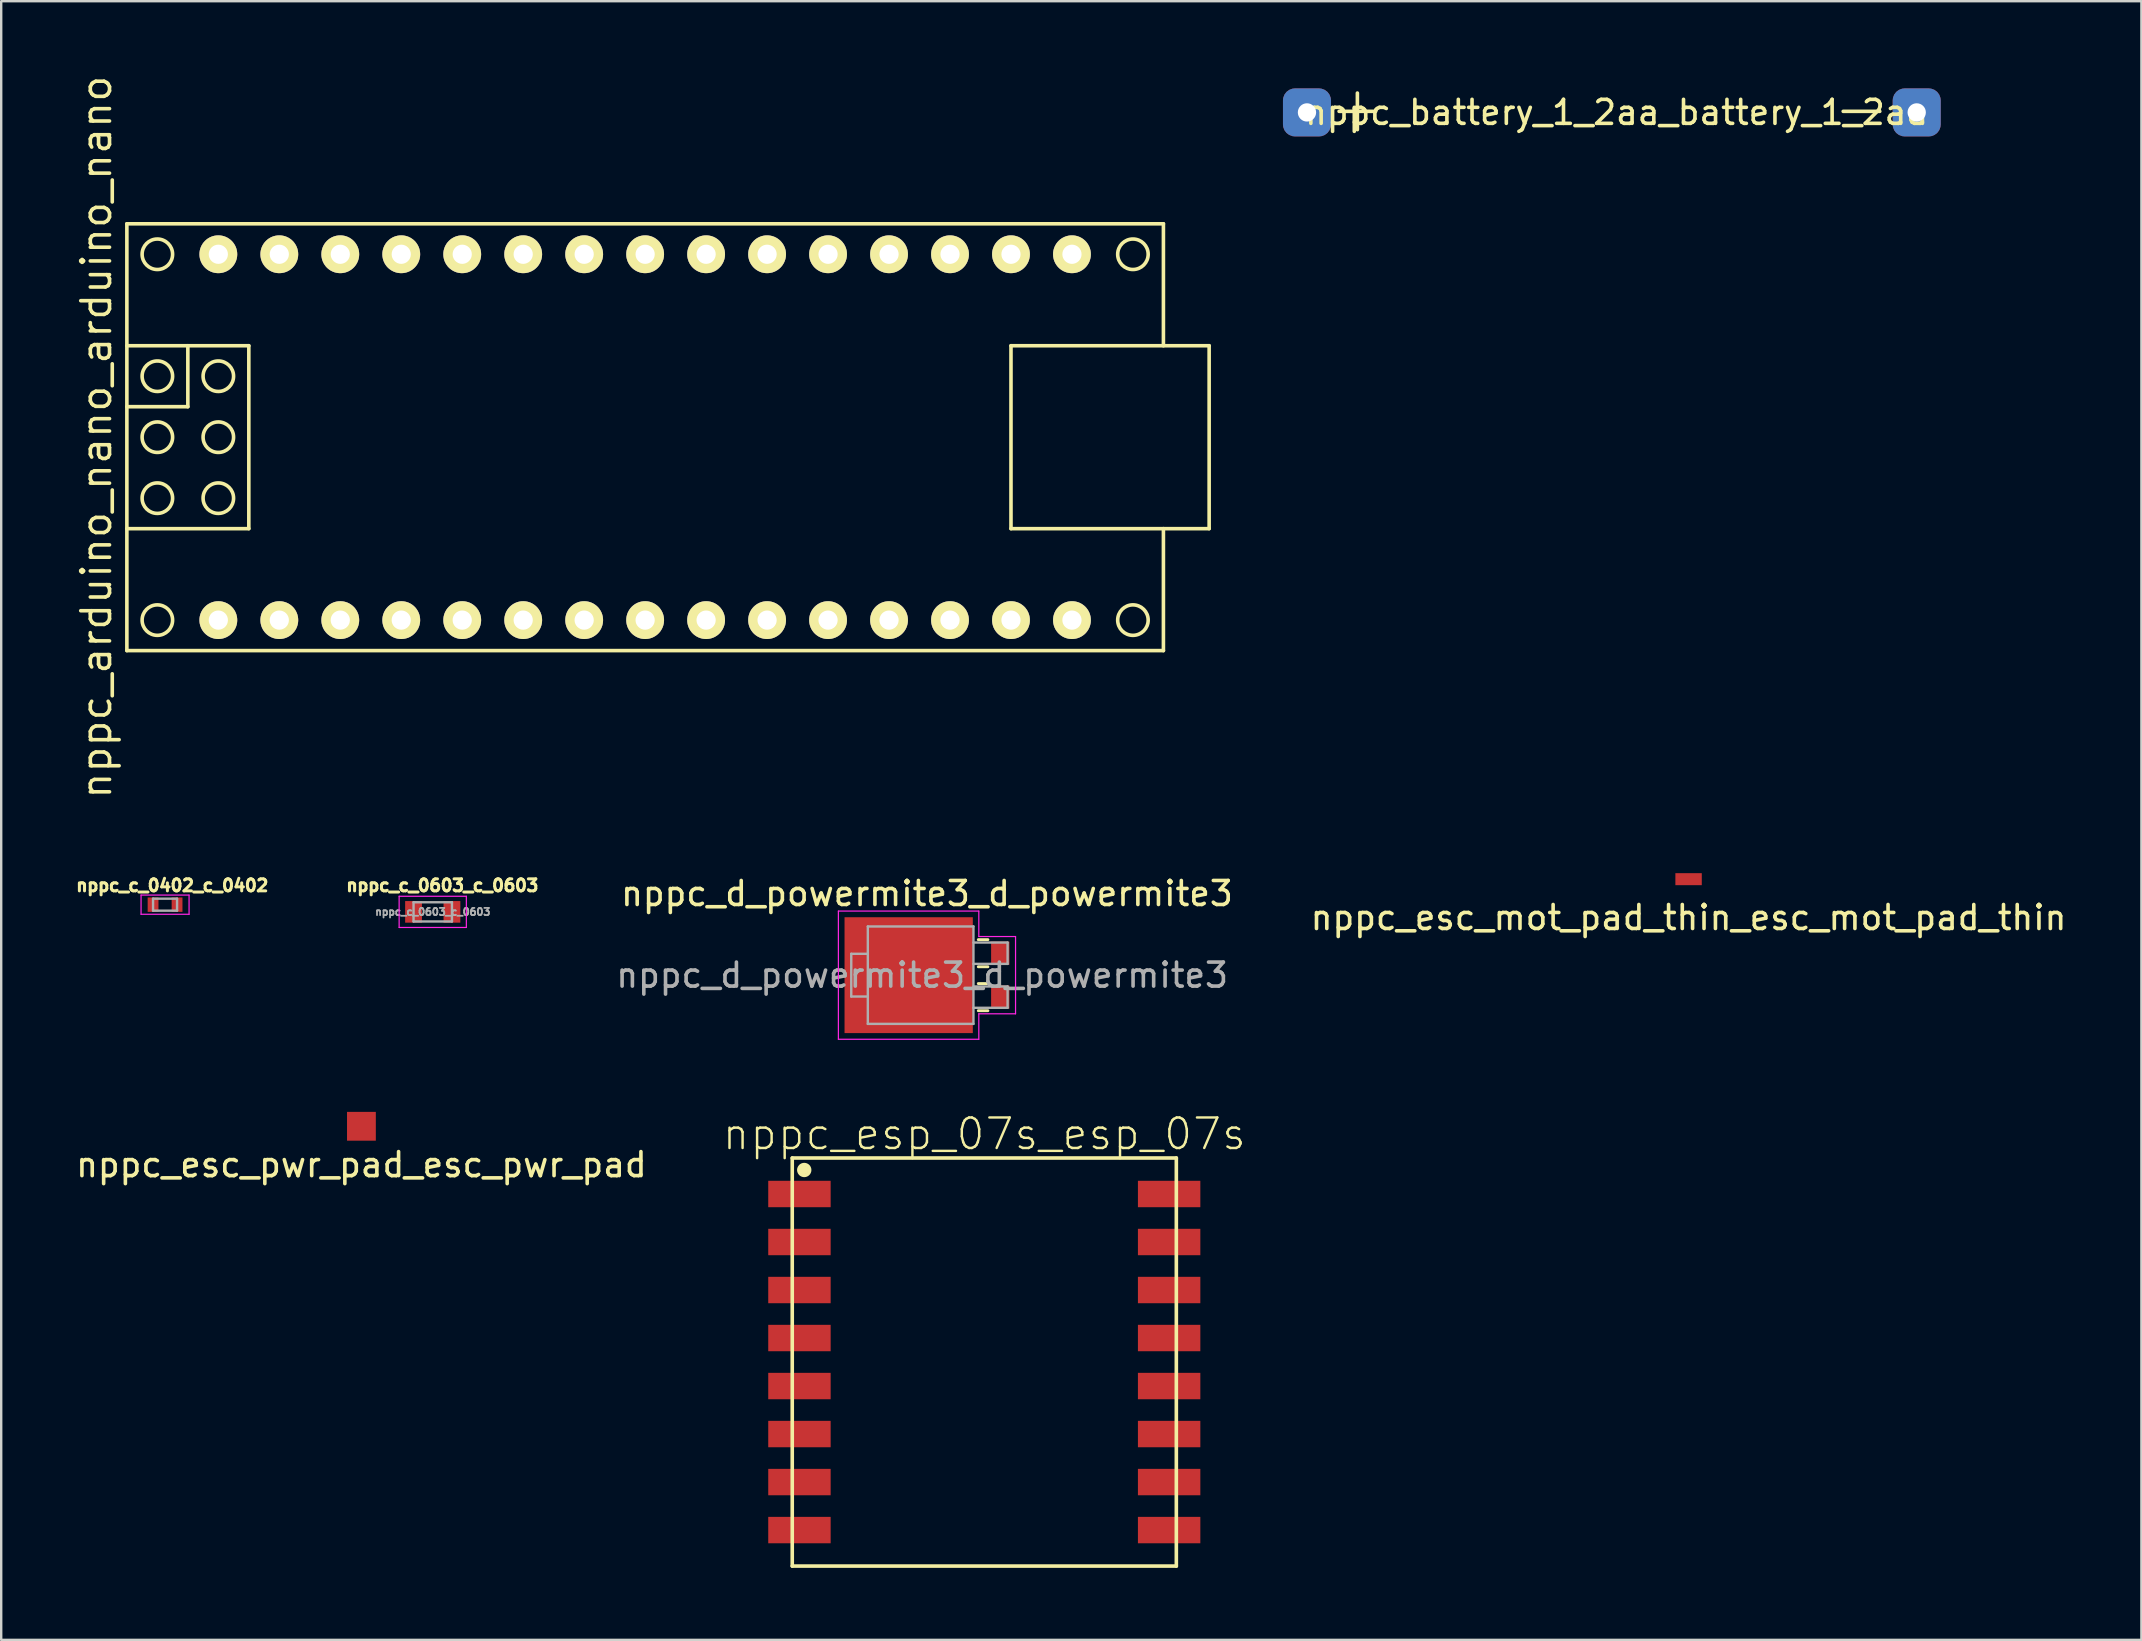
<source format=kicad_pcb>
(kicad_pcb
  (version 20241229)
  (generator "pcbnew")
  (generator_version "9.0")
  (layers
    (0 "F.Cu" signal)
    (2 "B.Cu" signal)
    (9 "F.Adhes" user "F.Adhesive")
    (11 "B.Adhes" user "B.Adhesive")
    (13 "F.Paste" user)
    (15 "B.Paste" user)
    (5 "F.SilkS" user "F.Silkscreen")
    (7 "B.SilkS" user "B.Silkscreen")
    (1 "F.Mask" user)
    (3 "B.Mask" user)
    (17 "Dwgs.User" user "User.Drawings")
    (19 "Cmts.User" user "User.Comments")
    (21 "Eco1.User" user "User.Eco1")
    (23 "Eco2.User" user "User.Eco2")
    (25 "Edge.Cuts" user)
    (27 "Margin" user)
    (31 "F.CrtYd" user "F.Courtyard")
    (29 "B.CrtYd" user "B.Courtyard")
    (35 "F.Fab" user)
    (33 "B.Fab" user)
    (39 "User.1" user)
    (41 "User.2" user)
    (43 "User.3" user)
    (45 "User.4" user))
  (footprint "nppc_c_0402_c_0402"
    (layer "F.Cu")
    (at 3.826 34.636)
    (property "Reference" "nppc_c_0402_c_0402" (at 0.3 -0.8 0) (layer "F.SilkS") (effects (font (size 0.5 0.5) (thickness 0.125))))
    (attr smd)
    (fp_line (start -1 -0.4) (end -1 0.4) (stroke (width 0.05) (type solid)) (layer "F.CrtYd"))
    (fp_line (start -1 -0.4) (end 1 -0.4) (stroke (width 0.05) (type solid)) (layer "F.CrtYd"))
    (fp_line (start 1 0.4) (end -1 0.4) (stroke (width 0.05) (type solid)) (layer "F.CrtYd"))
    (fp_line (start 1 0.4) (end 1 -0.4) (stroke (width 0.05) (type solid)) (layer "F.CrtYd"))
    (fp_line (start -0.5 -0.25) (end 0.5 -0.25) (stroke (width 0.1) (type solid)) (layer "F.Fab"))
    (fp_line (start -0.5 0.25) (end -0.5 -0.25) (stroke (width 0.1) (type solid)) (layer "F.Fab"))
    (fp_line (start 0.5 -0.25) (end 0.5 0.25) (stroke (width 0.1) (type solid)) (layer "F.Fab"))
    (fp_line (start 0.5 0.25) (end -0.5 0.25) (stroke (width 0.1) (type solid)) (layer "F.Fab"))
    (pad "1" smd rect (at -0.5 0) (size 0.45 0.6) (layers "F.Cu" "F.Mask" "F.Paste"))
    (pad "2" smd rect (at 0.5 0) (size 0.45 0.6) (layers "F.Cu" "F.Mask" "F.Paste")))
  (footprint "nppc_d_powermite3_d_powermite3"
    (layer "F.Cu")
    (at 35.565 37.573)
    (property "Reference" "nppc_d_powermite3_d_powermite3" (at 0 -3.4 0) (layer "F.SilkS") (effects (font (size 1 1) (thickness 0.15))))
    (attr smd)
    (fp_line (start 2.538 -1.48) (end 2.138 -1.48) (stroke (width 0.12) (type solid)) (layer "F.SilkS"))
    (fp_line (start 2.538 -0.35) (end 2.138 -0.35) (stroke (width 0.12) (type solid)) (layer "F.SilkS"))
    (fp_line (start 2.538 0.35) (end 2.138 0.35) (stroke (width 0.12) (type solid)) (layer "F.SilkS"))
    (fp_line (start 2.538 1.48) (end 2.138 1.48) (stroke (width 0.12) (type solid)) (layer "F.SilkS"))
    (fp_line (start -3.69 -2.67) (end -3.69 2.67) (stroke (width 0.05) (type solid)) (layer "F.CrtYd"))
    (fp_line (start -3.69 2.67) (end 2.16 2.67) (stroke (width 0.05) (type solid)) (layer "F.CrtYd"))
    (fp_line (start 2.16 -2.67) (end -3.69 -2.67) (stroke (width 0.05) (type solid)) (layer "F.CrtYd"))
    (fp_line (start 2.16 -1.61) (end 2.16 -2.67) (stroke (width 0.05) (type solid)) (layer "F.CrtYd"))
    (fp_line (start 2.16 1.61) (end 3.69 1.61) (stroke (width 0.05) (type solid)) (layer "F.CrtYd"))
    (fp_line (start 2.16 2.67) (end 2.16 1.61) (stroke (width 0.05) (type solid)) (layer "F.CrtYd"))
    (fp_line (start 3.69 -1.61) (end 2.16 -1.61) (stroke (width 0.05) (type solid)) (layer "F.CrtYd"))
    (fp_line (start 3.69 1.61) (end 3.69 -1.61) (stroke (width 0.05) (type solid)) (layer "F.CrtYd"))
    (fp_line (start -3.154 -0.89) (end -2.464 -0.89) (stroke (width 0.1) (type solid)) (layer "F.Fab"))
    (fp_line (start -3.154 0.89) (end -3.154 -0.89) (stroke (width 0.1) (type solid)) (layer "F.Fab"))
    (fp_line (start -2.464 -2.03) (end -2.464 2.03) (stroke (width 0.1) (type solid)) (layer "F.Fab"))
    (fp_line (start -2.464 0.89) (end -3.154 0.89) (stroke (width 0.1) (type solid)) (layer "F.Fab"))
    (fp_line (start -2.464 2.03) (end 1.936 2.03) (stroke (width 0.1) (type solid)) (layer "F.Fab"))
    (fp_line (start 1.936 -2.03) (end -2.464 -2.03) (stroke (width 0.1) (type solid)) (layer "F.Fab"))
    (fp_line (start 1.936 2.03) (end 1.936 -2.03) (stroke (width 0.1) (type solid)) (layer "F.Fab"))
    (fp_line (start 3.358 -1.359) (end 1.936 -1.359) (stroke (width 0.1) (type solid)) (layer "F.Fab"))
    (fp_line (start 3.358 -0.47) (end 1.936 -0.47) (stroke (width 0.1) (type solid)) (layer "F.Fab"))
    (fp_line (start 3.358 -0.47) (end 3.358 -1.359) (stroke (width 0.1) (type solid)) (layer "F.Fab"))
    (fp_line (start 3.358 0.47) (end 1.936 0.47) (stroke (width 0.1) (type solid)) (layer "F.Fab"))
    (fp_line (start 3.358 1.359) (end 1.936 1.359) (stroke (width 0.1) (type solid)) (layer "F.Fab"))
    (fp_line (start 3.358 1.359) (end 3.358 0.47) (stroke (width 0.1) (type solid)) (layer "F.Fab"))
    (fp_text user "${REFERENCE}" (at -0.2 0 0) (layer "F.Fab") (effects (font (size 1 1) (thickness 0.15))))
    (pad "1" smd rect (at -0.762 0 180) (size 5.344 4.826) (layers "F.Cu" "F.Mask" "F.Paste"))
    (pad "2" smd rect (at 3.053 -0.914 180) (size 0.762 0.965) (layers "F.Cu" "F.Mask" "F.Paste"))
    (pad "3" smd rect (at 3.053 0.914 180) (size 0.762 0.965) (layers "F.Cu" "F.Mask" "F.Paste")))
  (footprint "nppc_battery_1_2aa_battery_1_2aa"
    (layer "F.Cu")
    (at 64.095 1.633)
    (property "Reference" "nppc_battery_1_2aa_battery_1_2aa" (at 0.2 0 0) (layer "F.SilkS") (effects (font (size 1 1) (thickness 0.15))))
    (attr through_hole)
    (fp_text user "+" (at -10.6 -0.2 0) (layer "F.SilkS") (effects (font (size 2 2) (thickness 0.15))))
    (fp_text user "-" (at 10.4 -0.2 0) (layer "F.SilkS") (effects (font (size 2 2) (thickness 0.15))))
    (pad "1" thru_hole roundrect (at -12.7 0) (size 2 2) (drill 0.762) (layers "*.Cu" "*.Mask") (roundrect_rratio 0.25))
    (pad "2" thru_hole roundrect (at 12.7 0) (size 2 2) (drill 0.762) (layers "*.Cu" "*.Mask") (roundrect_rratio 0.25)))
  (footprint "nppc_esc_mot_pad_thin_esc_mot_pad_thin"
    (layer "F.Cu")
    (at 67.292 33.574)
    (property "Reference" "nppc_esc_mot_pad_thin_esc_mot_pad_thin" (at 0 1.6 0) (layer "F.SilkS") (effects (font (size 1 1) (thickness 0.15))))
    (attr through_hole)
    (pad "1" smd rect (at 0 0) (size 1.1 0.5) (layers "F.Cu" "F.Mask" "F.Paste")))
  (footprint "nppc_c_0603_c_0603"
    (layer "F.Cu")
    (at 14.977 34.936)
    (property "Reference" "nppc_c_0603_c_0603" (at 0.4 -1.1 0) (layer "F.SilkS") (effects (font (size 0.5 0.5) (thickness 0.125))))
    (attr smd)
    (fp_line (start -1.4 -0.65) (end -1.4 0.65) (stroke (width 0.05) (type solid)) (layer "F.CrtYd"))
    (fp_line (start -1.4 -0.65) (end 1.4 -0.65) (stroke (width 0.05) (type solid)) (layer "F.CrtYd"))
    (fp_line (start 1.4 0.65) (end -1.4 0.65) (stroke (width 0.05) (type solid)) (layer "F.CrtYd"))
    (fp_line (start 1.4 0.65) (end 1.4 -0.65) (stroke (width 0.05) (type solid)) (layer "F.CrtYd"))
    (fp_line (start -0.8 -0.4) (end 0.8 -0.4) (stroke (width 0.1) (type solid)) (layer "F.Fab"))
    (fp_line (start -0.8 0.4) (end -0.8 -0.4) (stroke (width 0.1) (type solid)) (layer "F.Fab"))
    (fp_line (start 0.8 -0.4) (end 0.8 0.4) (stroke (width 0.1) (type solid)) (layer "F.Fab"))
    (fp_line (start 0.8 0.4) (end -0.8 0.4) (stroke (width 0.1) (type solid)) (layer "F.Fab"))
    (fp_text user "${REFERENCE}" (at 0 0 0) (layer "F.Fab") (effects (font (size 0.3 0.3) (thickness 0.075))))
    (pad "1" smd rect (at -0.8 0) (size 0.7 0.9) (layers "F.Cu" "F.Mask" "F.Paste"))
    (pad "2" smd rect (at 0.8 0) (size 0.7 0.9) (layers "F.Cu" "F.Mask" "F.Paste")))
  (footprint "nppc_arduino_nano_arduino_nano"
    (layer "F.Cu")
    (at 23.825 15.162)
    (property "Reference" "nppc_arduino_nano_arduino_nano" (at -22.86 0 90) (layer "F.SilkS") (effects (font (size 1.2 1.2) (thickness 0.15))))
    (attr through_hole)
    (fp_line (start -21.59 -8.89) (end -21.59 8.89) (stroke (width 0.15) (type solid)) (layer "F.SilkS"))
    (fp_line (start -21.59 3.81) (end -16.51 3.81) (stroke (width 0.15) (type solid)) (layer "F.SilkS"))
    (fp_line (start -21.59 8.89) (end 21.59 8.89) (stroke (width 0.15) (type solid)) (layer "F.SilkS"))
    (fp_line (start -19.05 -3.81) (end -19.05 -1.27) (stroke (width 0.15) (type solid)) (layer "F.SilkS"))
    (fp_line (start -19.05 -1.27) (end -21.59 -1.27) (stroke (width 0.15) (type solid)) (layer "F.SilkS"))
    (fp_line (start -16.51 -3.81) (end -21.59 -3.81) (stroke (width 0.15) (type solid)) (layer "F.SilkS"))
    (fp_line (start -16.51 3.81) (end -16.51 -3.81) (stroke (width 0.15) (type solid)) (layer "F.SilkS"))
    (fp_line (start 15.24 -3.81) (end 23.495 -3.81) (stroke (width 0.15) (type solid)) (layer "F.SilkS"))
    (fp_line (start 15.24 3.81) (end 15.24 -3.81) (stroke (width 0.15) (type solid)) (layer "F.SilkS"))
    (fp_line (start 21.59 -8.89) (end -21.59 -8.89) (stroke (width 0.15) (type solid)) (layer "F.SilkS"))
    (fp_line (start 21.59 -8.89) (end 21.59 -3.81) (stroke (width 0.15) (type solid)) (layer "F.SilkS"))
    (fp_line (start 21.59 3.81) (end 21.59 8.89) (stroke (width 0.15) (type solid)) (layer "F.SilkS"))
    (fp_line (start 23.495 -3.81) (end 23.495 3.81) (stroke (width 0.15) (type solid)) (layer "F.SilkS"))
    (fp_line (start 23.495 3.81) (end 15.24 3.81) (stroke (width 0.15) (type solid)) (layer "F.SilkS"))
    (fp_circle (center -20.32 -7.62) (end -19.685 -7.62) (stroke (width 0.15) (type solid)) (fill no) (layer "F.SilkS"))
    (fp_circle (center -20.32 -2.54) (end -20.32 -1.905) (stroke (width 0.15) (type solid)) (fill no) (layer "F.SilkS"))
    (fp_circle (center -20.32 0) (end -19.685 0) (stroke (width 0.15) (type solid)) (fill no) (layer "F.SilkS"))
    (fp_circle (center -20.32 2.54) (end -19.685 2.54) (stroke (width 0.15) (type solid)) (fill no) (layer "F.SilkS"))
    (fp_circle (center -20.32 7.62) (end -19.685 7.62) (stroke (width 0.15) (type solid)) (fill no) (layer "F.SilkS"))
    (fp_circle (center -17.78 -2.54) (end -17.145 -2.54) (stroke (width 0.15) (type solid)) (fill no) (layer "F.SilkS"))
    (fp_circle (center -17.78 0) (end -17.145 0) (stroke (width 0.15) (type solid)) (fill no) (layer "F.SilkS"))
    (fp_circle (center -17.78 2.54) (end -17.145 2.54) (stroke (width 0.15) (type solid)) (fill no) (layer "F.SilkS"))
    (fp_circle (center 20.32 -7.62) (end 20.955 -7.62) (stroke (width 0.15) (type solid)) (fill no) (layer "F.SilkS"))
    (fp_circle (center 20.32 7.62) (end 20.955 7.62) (stroke (width 0.15) (type solid)) (fill no) (layer "F.SilkS"))
    (pad "1" thru_hole circle (at -17.78 7.62) (size 1.575 1.575) (drill 0.8) (layers "*.Cu" "*.Mask" "F.SilkS"))
    (pad "2" thru_hole circle (at -15.24 7.62) (size 1.575 1.575) (drill 0.8) (layers "*.Cu" "*.Mask" "F.SilkS"))
    (pad "3" thru_hole circle (at -12.7 7.62) (size 1.575 1.575) (drill 0.8) (layers "*.Cu" "*.Mask" "F.SilkS"))
    (pad "4" thru_hole circle (at -10.16 7.62) (size 1.575 1.575) (drill 0.8) (layers "*.Cu" "*.Mask" "F.SilkS"))
    (pad "5" thru_hole circle (at -7.62 7.62) (size 1.575 1.575) (drill 0.8) (layers "*.Cu" "*.Mask" "F.SilkS"))
    (pad "6" thru_hole circle (at -5.08 7.62) (size 1.575 1.575) (drill 0.8) (layers "*.Cu" "*.Mask" "F.SilkS"))
    (pad "7" thru_hole circle (at -2.54 7.62) (size 1.575 1.575) (drill 0.8) (layers "*.Cu" "*.Mask" "F.SilkS"))
    (pad "8" thru_hole circle (at 0 7.62) (size 1.575 1.575) (drill 0.8) (layers "*.Cu" "*.Mask" "F.SilkS"))
    (pad "9" thru_hole circle (at 2.54 7.62) (size 1.575 1.575) (drill 0.8) (layers "*.Cu" "*.Mask" "F.SilkS"))
    (pad "10" thru_hole circle (at 5.08 7.62) (size 1.575 1.575) (drill 0.8) (layers "*.Cu" "*.Mask" "F.SilkS"))
    (pad "11" thru_hole circle (at 7.62 7.62) (size 1.575 1.575) (drill 0.8) (layers "*.Cu" "*.Mask" "F.SilkS"))
    (pad "12" thru_hole circle (at 10.16 7.62) (size 1.575 1.575) (drill 0.8) (layers "*.Cu" "*.Mask" "F.SilkS"))
    (pad "13" thru_hole circle (at 12.7 7.62) (size 1.575 1.575) (drill 0.8) (layers "*.Cu" "*.Mask" "F.SilkS"))
    (pad "14" thru_hole circle (at 15.24 7.62) (size 1.575 1.575) (drill 0.8) (layers "*.Cu" "*.Mask" "F.SilkS"))
    (pad "15" thru_hole circle (at 17.78 7.62) (size 1.575 1.575) (drill 0.8) (layers "*.Cu" "*.Mask" "F.SilkS"))
    (pad "16" thru_hole circle (at 17.78 -7.62) (size 1.575 1.575) (drill 0.8) (layers "*.Cu" "*.Mask" "F.SilkS"))
    (pad "17" thru_hole circle (at 15.24 -7.62) (size 1.575 1.575) (drill 0.8) (layers "*.Cu" "*.Mask" "F.SilkS"))
    (pad "18" thru_hole circle (at 12.7 -7.62) (size 1.575 1.575) (drill 0.8) (layers "*.Cu" "*.Mask" "F.SilkS"))
    (pad "19" thru_hole circle (at 10.16 -7.62) (size 1.575 1.575) (drill 0.8) (layers "*.Cu" "*.Mask" "F.SilkS"))
    (pad "20" thru_hole circle (at 7.62 -7.62) (size 1.575 1.575) (drill 0.8) (layers "*.Cu" "*.Mask" "F.SilkS"))
    (pad "21" thru_hole circle (at 5.08 -7.62) (size 1.575 1.575) (drill 0.8) (layers "*.Cu" "*.Mask" "F.SilkS"))
    (pad "22" thru_hole circle (at 2.54 -7.62) (size 1.575 1.575) (drill 0.8) (layers "*.Cu" "*.Mask" "F.SilkS"))
    (pad "23" thru_hole circle (at 0 -7.62) (size 1.575 1.575) (drill 0.8) (layers "*.Cu" "*.Mask" "F.SilkS"))
    (pad "24" thru_hole circle (at -2.54 -7.62) (size 1.575 1.575) (drill 0.8) (layers "*.Cu" "*.Mask" "F.SilkS"))
    (pad "25" thru_hole circle (at -5.08 -7.62) (size 1.575 1.575) (drill 0.8) (layers "*.Cu" "*.Mask" "F.SilkS"))
    (pad "26" thru_hole circle (at -7.62 -7.62) (size 1.575 1.575) (drill 0.8) (layers "*.Cu" "*.Mask" "F.SilkS"))
    (pad "27" thru_hole circle (at -10.16 -7.62) (size 1.575 1.575) (drill 0.8) (layers "*.Cu" "*.Mask" "F.SilkS"))
    (pad "28" thru_hole circle (at -12.7 -7.62) (size 1.575 1.575) (drill 0.8) (layers "*.Cu" "*.Mask" "F.SilkS"))
    (pad "29" thru_hole circle (at -15.24 -7.62) (size 1.575 1.575) (drill 0.8) (layers "*.Cu" "*.Mask" "F.SilkS"))
    (pad "30" thru_hole circle (at -17.78 -7.62) (size 1.575 1.575) (drill 0.8) (layers "*.Cu" "*.Mask" "F.SilkS")))
  (footprint "nppc_esc_pwr_pad_esc_pwr_pad"
    (layer "F.Cu")
    (at 12.006 43.868)
    (property "Reference" "nppc_esc_pwr_pad_esc_pwr_pad" (at 0 1.6 0) (layer "F.SilkS") (effects (font (size 1 1) (thickness 0.15))))
    (attr through_hole)
    (pad "1" smd rect (at 0 0) (size 1.2 1.2) (layers "F.Cu" "F.Mask")))
  (footprint "nppc_esp_07s_esp_07s"
    (layer "F.Cu")
    (at 37.953 53.689)
    (property "Reference" "nppc_esp_07s_esp_07s" (at 0 -9.5 0) (layer "F.SilkS") (effects (font (size 1.27 1.27) (thickness 0.102))))
    (attr smd)
    (fp_line (start -8 -8.5) (end 8 -8.5) (stroke (width 0.15) (type solid)) (layer "F.SilkS"))
    (fp_line (start -8 8.5) (end -8 -8.5) (stroke (width 0.15) (type solid)) (layer "F.SilkS"))
    (fp_line (start 8 -8.5) (end 8 8.5) (stroke (width 0.15) (type solid)) (layer "F.SilkS"))
    (fp_line (start 8 8.5) (end -8 8.5) (stroke (width 0.15) (type solid)) (layer "F.SilkS"))
    (fp_circle (center -7.6 -8) (end -7.5 -8) (stroke (width 0.15) (type solid)) (fill no) (layer "F.SilkS"))
    (fp_circle (center -7.5 -8) (end -7.4 -8) (stroke (width 0.15) (type solid)) (fill no) (layer "F.SilkS"))
    (fp_circle (center -7.5 -8) (end -7.3 -8.1) (stroke (width 0.15) (type solid)) (fill no) (layer "F.SilkS"))
    (pad "1" smd rect (at -7.7 -7) (size 2.6 1.1) (layers "F.Cu" "F.Mask" "F.Paste"))
    (pad "2" smd rect (at -7.7 -5) (size 2.6 1.1) (layers "F.Cu" "F.Mask" "F.Paste"))
    (pad "3" smd rect (at -7.7 -3) (size 2.6 1.1) (layers "F.Cu" "F.Mask" "F.Paste"))
    (pad "4" smd rect (at -7.7 -1) (size 2.6 1.1) (layers "F.Cu" "F.Mask" "F.Paste"))
    (pad "5" smd rect (at -7.7 1) (size 2.6 1.1) (layers "F.Cu" "F.Mask" "F.Paste"))
    (pad "6" smd rect (at -7.7 3) (size 2.6 1.1) (layers "F.Cu" "F.Mask" "F.Paste"))
    (pad "7" smd rect (at -7.7 5) (size 2.6 1.1) (layers "F.Cu" "F.Mask" "F.Paste"))
    (pad "8" smd rect (at -7.7 7) (size 2.6 1.1) (layers "F.Cu" "F.Mask" "F.Paste"))
    (pad "9" smd rect (at 7.7 7) (size 2.6 1.1) (layers "F.Cu" "F.Mask" "F.Paste"))
    (pad "10" smd rect (at 7.7 5) (size 2.6 1.1) (layers "F.Cu" "F.Mask" "F.Paste"))
    (pad "11" smd rect (at 7.7 3) (size 2.6 1.1) (layers "F.Cu" "F.Mask" "F.Paste"))
    (pad "12" smd rect (at 7.7 1) (size 2.6 1.1) (layers "F.Cu" "F.Mask" "F.Paste"))
    (pad "13" smd rect (at 7.7 -1) (size 2.6 1.1) (layers "F.Cu" "F.Mask" "F.Paste"))
    (pad "14" smd rect (at 7.7 -3) (size 2.6 1.1) (layers "F.Cu" "F.Mask" "F.Paste"))
    (pad "15" smd rect (at 7.7 -5) (size 2.6 1.1) (layers "F.Cu" "F.Mask" "F.Paste"))
    (pad "16" smd rect (at 7.7 -7) (size 2.6 1.1) (layers "F.Cu" "F.Mask" "F.Paste")))
  (gr_rect
    (start -3 -3)
    (end 86.155 65.264)
    (stroke (width 0.1) (type default))
    (fill no)
    (layer "Edge.Cuts")))
</source>
